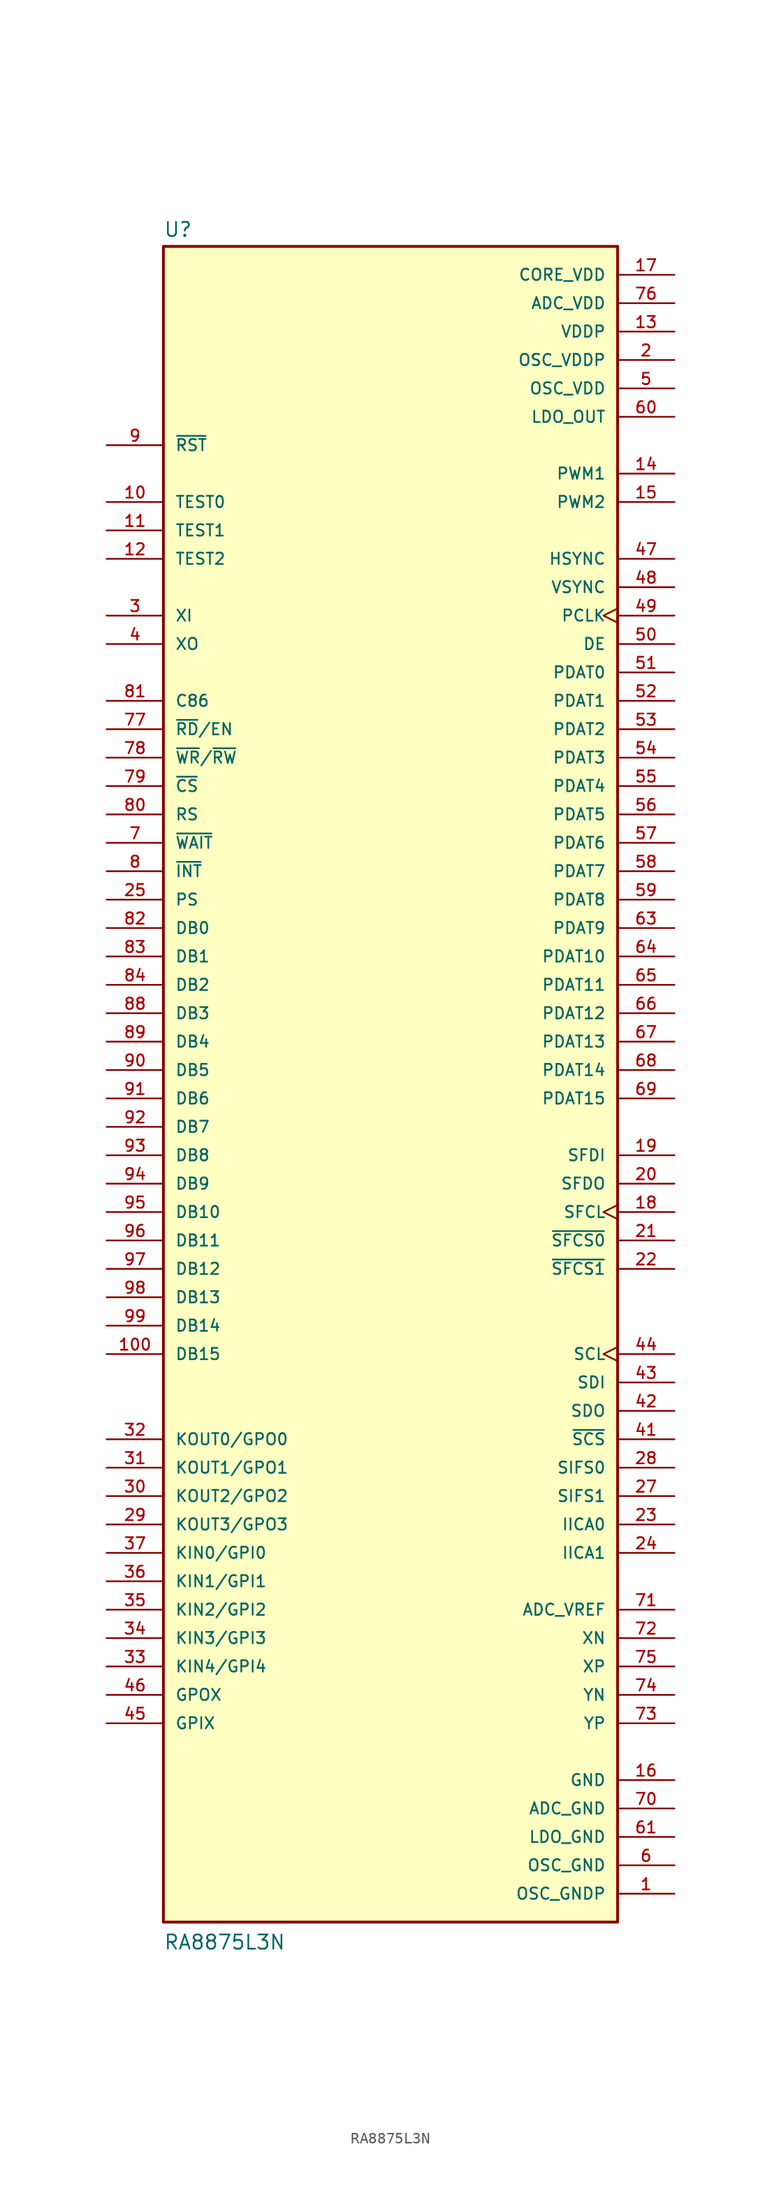
<source format=kicad_sym>
(kicad_symbol_lib
  (version 20241209)
  (generator "kicad_symbol_editor")
  (generator_version "9.0")
  (symbol "RA8875L3N"
    (pin_names
      (offset 1.016))
    (property "Reference" "U"
      (at -20.32 76.962 0)
      (effects (font (size 1.27 1.27)) (justify left bottom)))
    (property "Value" "RA8875L3N"
      (at -20.32 -76.2 0)
      (effects (font (size 1.27 1.27)) (justify left bottom)))
    (symbol "RA8875L3N_0_0"
      (rectangle (start -20.32 -73.66) (end 20.32 76.2) (stroke (width 0.254) (type default)) (fill (type background)))
      (pin input line (at -25.4 58.42 0) (length 5.08) (name "~{RST}" (effects (font (size 1.016 1.016)))) (number "9" (effects (font (size 1.016 1.016)))))
      (pin input line (at -25.4 53.34 0) (length 5.08) (name "TEST0" (effects (font (size 1.016 1.016)))) (number "10" (effects (font (size 1.016 1.016)))))
      (pin input line (at -25.4 50.8 0) (length 5.08) (name "TEST1" (effects (font (size 1.016 1.016)))) (number "11" (effects (font (size 1.016 1.016)))))
      (pin input line (at -25.4 48.26 0) (length 5.08) (name "TEST2" (effects (font (size 1.016 1.016)))) (number "12" (effects (font (size 1.016 1.016)))))
      (pin input line (at -25.4 43.18 0) (length 5.08) (name "XI" (effects (font (size 1.016 1.016)))) (number "3" (effects (font (size 1.016 1.016)))))
      (pin output line (at -25.4 40.64 0) (length 5.08) (name "XO" (effects (font (size 1.016 1.016)))) (number "4" (effects (font (size 1.016 1.016)))))
      (pin input line (at -25.4 35.56 0) (length 5.08) (name "C86" (effects (font (size 1.016 1.016)))) (number "81" (effects (font (size 1.016 1.016)))))
      (pin input line (at -25.4 33.02 0) (length 5.08) (name "~{RD}/EN" (effects (font (size 1.016 1.016)))) (number "77" (effects (font (size 1.016 1.016)))))
      (pin input line (at -25.4 30.48 0) (length 5.08) (name "~{WR}/~{RW}" (effects (font (size 1.016 1.016)))) (number "78" (effects (font (size 1.016 1.016)))))
      (pin input line (at -25.4 27.94 0) (length 5.08) (name "~{CS}" (effects (font (size 1.016 1.016)))) (number "79" (effects (font (size 1.016 1.016)))))
      (pin input line (at -25.4 25.4 0) (length 5.08) (name "RS" (effects (font (size 1.016 1.016)))) (number "80" (effects (font (size 1.016 1.016)))))
      (pin output line (at -25.4 22.86 0) (length 5.08) (name "~{WAIT}" (effects (font (size 1.016 1.016)))) (number "7" (effects (font (size 1.016 1.016)))))
      (pin output line (at -25.4 20.32 0) (length 5.08) (name "~{INT}" (effects (font (size 1.016 1.016)))) (number "8" (effects (font (size 1.016 1.016)))))
      (pin input line (at -25.4 17.78 0) (length 5.08) (name "PS" (effects (font (size 1.016 1.016)))) (number "25" (effects (font (size 1.016 1.016)))))
      (pin bidirectional line (at -25.4 15.24 0) (length 5.08) (name "DB0" (effects (font (size 1.016 1.016)))) (number "82" (effects (font (size 1.016 1.016)))))
      (pin bidirectional line (at -25.4 12.7 0) (length 5.08) (name "DB1" (effects (font (size 1.016 1.016)))) (number "83" (effects (font (size 1.016 1.016)))))
      (pin bidirectional line (at -25.4 10.16 0) (length 5.08) (name "DB2" (effects (font (size 1.016 1.016)))) (number "84" (effects (font (size 1.016 1.016)))))
      (pin bidirectional line (at -25.4 7.62 0) (length 5.08) (name "DB3" (effects (font (size 1.016 1.016)))) (number "88" (effects (font (size 1.016 1.016)))))
      (pin bidirectional line (at -25.4 5.08 0) (length 5.08) (name "DB4" (effects (font (size 1.016 1.016)))) (number "89" (effects (font (size 1.016 1.016)))))
      (pin bidirectional line (at -25.4 2.54 0) (length 5.08) (name "DB5" (effects (font (size 1.016 1.016)))) (number "90" (effects (font (size 1.016 1.016)))))
      (pin bidirectional line (at -25.4 0 0) (length 5.08) (name "DB6" (effects (font (size 1.016 1.016)))) (number "91" (effects (font (size 1.016 1.016)))))
      (pin bidirectional line (at -25.4 -2.54 0) (length 5.08) (name "DB7" (effects (font (size 1.016 1.016)))) (number "92" (effects (font (size 1.016 1.016)))))
      (pin bidirectional line (at -25.4 -5.08 0) (length 5.08) (name "DB8" (effects (font (size 1.016 1.016)))) (number "93" (effects (font (size 1.016 1.016)))))
      (pin bidirectional line (at -25.4 -7.62 0) (length 5.08) (name "DB9" (effects (font (size 1.016 1.016)))) (number "94" (effects (font (size 1.016 1.016)))))
      (pin bidirectional line (at -25.4 -10.16 0) (length 5.08) (name "DB10" (effects (font (size 1.016 1.016)))) (number "95" (effects (font (size 1.016 1.016)))))
      (pin bidirectional line (at -25.4 -12.7 0) (length 5.08) (name "DB11" (effects (font (size 1.016 1.016)))) (number "96" (effects (font (size 1.016 1.016)))))
      (pin bidirectional line (at -25.4 -15.24 0) (length 5.08) (name "DB12" (effects (font (size 1.016 1.016)))) (number "97" (effects (font (size 1.016 1.016)))))
      (pin bidirectional line (at -25.4 -17.78 0) (length 5.08) (name "DB13" (effects (font (size 1.016 1.016)))) (number "98" (effects (font (size 1.016 1.016)))))
      (pin bidirectional line (at -25.4 -20.32 0) (length 5.08) (name "DB14" (effects (font (size 1.016 1.016)))) (number "99" (effects (font (size 1.016 1.016)))))
      (pin bidirectional line (at -25.4 -22.86 0) (length 5.08) (name "DB15" (effects (font (size 1.016 1.016)))) (number "100" (effects (font (size 1.016 1.016)))))
      (pin output line (at -25.4 -30.48 0) (length 5.08) (name "KOUT0/GPO0" (effects (font (size 1.016 1.016)))) (number "32" (effects (font (size 1.016 1.016)))))
      (pin output line (at -25.4 -33.02 0) (length 5.08) (name "KOUT1/GPO1" (effects (font (size 1.016 1.016)))) (number "31" (effects (font (size 1.016 1.016)))))
      (pin output line (at -25.4 -35.56 0) (length 5.08) (name "KOUT2/GPO2" (effects (font (size 1.016 1.016)))) (number "30" (effects (font (size 1.016 1.016)))))
      (pin output line (at -25.4 -38.1 0) (length 5.08) (name "KOUT3/GPO3" (effects (font (size 1.016 1.016)))) (number "29" (effects (font (size 1.016 1.016)))))
      (pin input line (at -25.4 -40.64 0) (length 5.08) (name "KIN0/GPI0" (effects (font (size 1.016 1.016)))) (number "37" (effects (font (size 1.016 1.016)))))
      (pin input line (at -25.4 -43.18 0) (length 5.08) (name "KIN1/GPI1" (effects (font (size 1.016 1.016)))) (number "36" (effects (font (size 1.016 1.016)))))
      (pin input line (at -25.4 -45.72 0) (length 5.08) (name "KIN2/GPI2" (effects (font (size 1.016 1.016)))) (number "35" (effects (font (size 1.016 1.016)))))
      (pin input line (at -25.4 -48.26 0) (length 5.08) (name "KIN3/GPI3" (effects (font (size 1.016 1.016)))) (number "34" (effects (font (size 1.016 1.016)))))
      (pin input line (at -25.4 -50.8 0) (length 5.08) (name "KIN4/GPI4" (effects (font (size 1.016 1.016)))) (number "33" (effects (font (size 1.016 1.016)))))
      (pin output line (at -25.4 -53.34 0) (length 5.08) (name "GPOX" (effects (font (size 1.016 1.016)))) (number "46" (effects (font (size 1.016 1.016)))))
      (pin input line (at -25.4 -55.88 0) (length 5.08) (name "GPIX" (effects (font (size 1.016 1.016)))) (number "45" (effects (font (size 1.016 1.016)))))
      (pin power_in line (at 25.4 73.66 180) (length 5.08) (name "CORE_VDD" (effects (font (size 1.016 1.016)))) (number "17" (effects (font (size 1.016 1.016)))))
      (pin power_in line (at 25.4 73.66 180) (length 5.08) (hide yes) (name "CORE_VDD" (effects (font (size 1.016 1.016)))) (number "38" (effects (font (size 1.016 1.016)))))
      (pin power_in line (at 25.4 73.66 180) (length 5.08) (hide yes) (name "CORE_VDD" (effects (font (size 1.016 1.016)))) (number "86" (effects (font (size 1.016 1.016)))))
      (pin power_in line (at 25.4 71.12 180) (length 5.08) (name "ADC_VDD" (effects (font (size 1.016 1.016)))) (number "76" (effects (font (size 1.016 1.016)))))
      (pin power_in line (at 25.4 68.58 180) (length 5.08) (name "VDDP" (effects (font (size 1.016 1.016)))) (number "13" (effects (font (size 1.016 1.016)))))
      (pin power_in line (at 25.4 68.58 180) (length 5.08) (hide yes) (name "VDDP" (effects (font (size 1.016 1.016)))) (number "40" (effects (font (size 1.016 1.016)))))
      (pin power_in line (at 25.4 68.58 180) (length 5.08) (hide yes) (name "VDDP" (effects (font (size 1.016 1.016)))) (number "62" (effects (font (size 1.016 1.016)))))
      (pin power_in line (at 25.4 68.58 180) (length 5.08) (hide yes) (name "VDDP" (effects (font (size 1.016 1.016)))) (number "87" (effects (font (size 1.016 1.016)))))
      (pin power_in line (at 25.4 66.04 180) (length 5.08) (name "OSC_VDDP" (effects (font (size 1.016 1.016)))) (number "2" (effects (font (size 1.016 1.016)))))
      (pin power_in line (at 25.4 63.5 180) (length 5.08) (name "OSC_VDD" (effects (font (size 1.016 1.016)))) (number "5" (effects (font (size 1.016 1.016)))))
      (pin power_in line (at 25.4 60.96 180) (length 5.08) (name "LDO_OUT" (effects (font (size 1.016 1.016)))) (number "60" (effects (font (size 1.016 1.016)))))
      (pin output line (at 25.4 55.88 180) (length 5.08) (name "PWM1" (effects (font (size 1.016 1.016)))) (number "14" (effects (font (size 1.016 1.016)))))
      (pin output line (at 25.4 53.34 180) (length 5.08) (name "PWM2" (effects (font (size 1.016 1.016)))) (number "15" (effects (font (size 1.016 1.016)))))
      (pin output line (at 25.4 48.26 180) (length 5.08) (name "HSYNC" (effects (font (size 1.016 1.016)))) (number "47" (effects (font (size 1.016 1.016)))))
      (pin output line (at 25.4 45.72 180) (length 5.08) (name "VSYNC" (effects (font (size 1.016 1.016)))) (number "48" (effects (font (size 1.016 1.016)))))
      (pin output clock (at 25.4 43.18 180) (length 5.08) (name "PCLK" (effects (font (size 1.016 1.016)))) (number "49" (effects (font (size 1.016 1.016)))))
      (pin output line (at 25.4 40.64 180) (length 5.08) (name "DE" (effects (font (size 1.016 1.016)))) (number "50" (effects (font (size 1.016 1.016)))))
      (pin output line (at 25.4 38.1 180) (length 5.08) (name "PDAT0" (effects (font (size 1.016 1.016)))) (number "51" (effects (font (size 1.016 1.016)))))
      (pin output line (at 25.4 35.56 180) (length 5.08) (name "PDAT1" (effects (font (size 1.016 1.016)))) (number "52" (effects (font (size 1.016 1.016)))))
      (pin output line (at 25.4 33.02 180) (length 5.08) (name "PDAT2" (effects (font (size 1.016 1.016)))) (number "53" (effects (font (size 1.016 1.016)))))
      (pin output line (at 25.4 30.48 180) (length 5.08) (name "PDAT3" (effects (font (size 1.016 1.016)))) (number "54" (effects (font (size 1.016 1.016)))))
      (pin output line (at 25.4 27.94 180) (length 5.08) (name "PDAT4" (effects (font (size 1.016 1.016)))) (number "55" (effects (font (size 1.016 1.016)))))
      (pin output line (at 25.4 25.4 180) (length 5.08) (name "PDAT5" (effects (font (size 1.016 1.016)))) (number "56" (effects (font (size 1.016 1.016)))))
      (pin output line (at 25.4 22.86 180) (length 5.08) (name "PDAT6" (effects (font (size 1.016 1.016)))) (number "57" (effects (font (size 1.016 1.016)))))
      (pin output line (at 25.4 20.32 180) (length 5.08) (name "PDAT7" (effects (font (size 1.016 1.016)))) (number "58" (effects (font (size 1.016 1.016)))))
      (pin output line (at 25.4 17.78 180) (length 5.08) (name "PDAT8" (effects (font (size 1.016 1.016)))) (number "59" (effects (font (size 1.016 1.016)))))
      (pin output line (at 25.4 15.24 180) (length 5.08) (name "PDAT9" (effects (font (size 1.016 1.016)))) (number "63" (effects (font (size 1.016 1.016)))))
      (pin output line (at 25.4 12.7 180) (length 5.08) (name "PDAT10" (effects (font (size 1.016 1.016)))) (number "64" (effects (font (size 1.016 1.016)))))
      (pin output line (at 25.4 10.16 180) (length 5.08) (name "PDAT11" (effects (font (size 1.016 1.016)))) (number "65" (effects (font (size 1.016 1.016)))))
      (pin output line (at 25.4 7.62 180) (length 5.08) (name "PDAT12" (effects (font (size 1.016 1.016)))) (number "66" (effects (font (size 1.016 1.016)))))
      (pin output line (at 25.4 5.08 180) (length 5.08) (name "PDAT13" (effects (font (size 1.016 1.016)))) (number "67" (effects (font (size 1.016 1.016)))))
      (pin output line (at 25.4 2.54 180) (length 5.08) (name "PDAT14" (effects (font (size 1.016 1.016)))) (number "68" (effects (font (size 1.016 1.016)))))
      (pin output line (at 25.4 0 180) (length 5.08) (name "PDAT15" (effects (font (size 1.016 1.016)))) (number "69" (effects (font (size 1.016 1.016)))))
      (pin input line (at 25.4 -5.08 180) (length 5.08) (name "SFDI" (effects (font (size 1.016 1.016)))) (number "19" (effects (font (size 1.016 1.016)))))
      (pin output line (at 25.4 -7.62 180) (length 5.08) (name "SFDO" (effects (font (size 1.016 1.016)))) (number "20" (effects (font (size 1.016 1.016)))))
      (pin output clock (at 25.4 -10.16 180) (length 5.08) (name "SFCL" (effects (font (size 1.016 1.016)))) (number "18" (effects (font (size 1.016 1.016)))))
      (pin bidirectional line (at 25.4 -12.7 180) (length 5.08) (name "~{SFCS0}" (effects (font (size 1.016 1.016)))) (number "21" (effects (font (size 1.016 1.016)))))
      (pin bidirectional line (at 25.4 -15.24 180) (length 5.08) (name "~{SFCS1}" (effects (font (size 1.016 1.016)))) (number "22" (effects (font (size 1.016 1.016)))))
      (pin input clock (at 25.4 -22.86 180) (length 5.08) (name "SCL" (effects (font (size 1.016 1.016)))) (number "44" (effects (font (size 1.016 1.016)))))
      (pin input line (at 25.4 -25.4 180) (length 5.08) (name "SDI" (effects (font (size 1.016 1.016)))) (number "43" (effects (font (size 1.016 1.016)))))
      (pin output line (at 25.4 -27.94 180) (length 5.08) (name "SDO" (effects (font (size 1.016 1.016)))) (number "42" (effects (font (size 1.016 1.016)))))
      (pin input line (at 25.4 -30.48 180) (length 5.08) (name "~{SCS}" (effects (font (size 1.016 1.016)))) (number "41" (effects (font (size 1.016 1.016)))))
      (pin input line (at 25.4 -33.02 180) (length 5.08) (name "SIFS0" (effects (font (size 1.016 1.016)))) (number "28" (effects (font (size 1.016 1.016)))))
      (pin input line (at 25.4 -35.56 180) (length 5.08) (name "SIFS1" (effects (font (size 1.016 1.016)))) (number "27" (effects (font (size 1.016 1.016)))))
      (pin input line (at 25.4 -38.1 180) (length 5.08) (name "IICA0" (effects (font (size 1.016 1.016)))) (number "23" (effects (font (size 1.016 1.016)))))
      (pin input line (at 25.4 -40.64 180) (length 5.08) (name "IICA1" (effects (font (size 1.016 1.016)))) (number "24" (effects (font (size 1.016 1.016)))))
      (pin passive line (at 25.4 -45.72 180) (length 5.08) (name "ADC_VREF" (effects (font (size 1.016 1.016)))) (number "71" (effects (font (size 1.016 1.016)))))
      (pin passive line (at 25.4 -48.26 180) (length 5.08) (name "XN" (effects (font (size 1.016 1.016)))) (number "72" (effects (font (size 1.016 1.016)))))
      (pin passive line (at 25.4 -50.8 180) (length 5.08) (name "XP" (effects (font (size 1.016 1.016)))) (number "75" (effects (font (size 1.016 1.016)))))
      (pin passive line (at 25.4 -53.34 180) (length 5.08) (name "YN" (effects (font (size 1.016 1.016)))) (number "74" (effects (font (size 1.016 1.016)))))
      (pin passive line (at 25.4 -55.88 180) (length 5.08) (name "YP" (effects (font (size 1.016 1.016)))) (number "73" (effects (font (size 1.016 1.016)))))
      (pin power_in line (at 25.4 -60.96 180) (length 5.08) (name "GND" (effects (font (size 1.016 1.016)))) (number "16" (effects (font (size 1.016 1.016)))))
      (pin power_in line (at 25.4 -60.96 180) (length 5.08) (hide yes) (name "GND" (effects (font (size 1.016 1.016)))) (number "26" (effects (font (size 1.016 1.016)))))
      (pin power_in line (at 25.4 -60.96 180) (length 5.08) (hide yes) (name "GND" (effects (font (size 1.016 1.016)))) (number "39" (effects (font (size 1.016 1.016)))))
      (pin power_in line (at 25.4 -60.96 180) (length 5.08) (hide yes) (name "GND" (effects (font (size 1.016 1.016)))) (number "85" (effects (font (size 1.016 1.016)))))
      (pin power_in line (at 25.4 -63.5 180) (length 5.08) (name "ADC_GND" (effects (font (size 1.016 1.016)))) (number "70" (effects (font (size 1.016 1.016)))))
      (pin power_in line (at 25.4 -66.04 180) (length 5.08) (name "LDO_GND" (effects (font (size 1.016 1.016)))) (number "61" (effects (font (size 1.016 1.016)))))
      (pin power_in line (at 25.4 -68.58 180) (length 5.08) (name "OSC_GND" (effects (font (size 1.016 1.016)))) (number "6" (effects (font (size 1.016 1.016)))))
      (pin power_in line (at 25.4 -71.12 180) (length 5.08) (name "OSC_GNDP" (effects (font (size 1.016 1.016)))) (number "1" (effects (font (size 1.016 1.016))))))))
</source>
